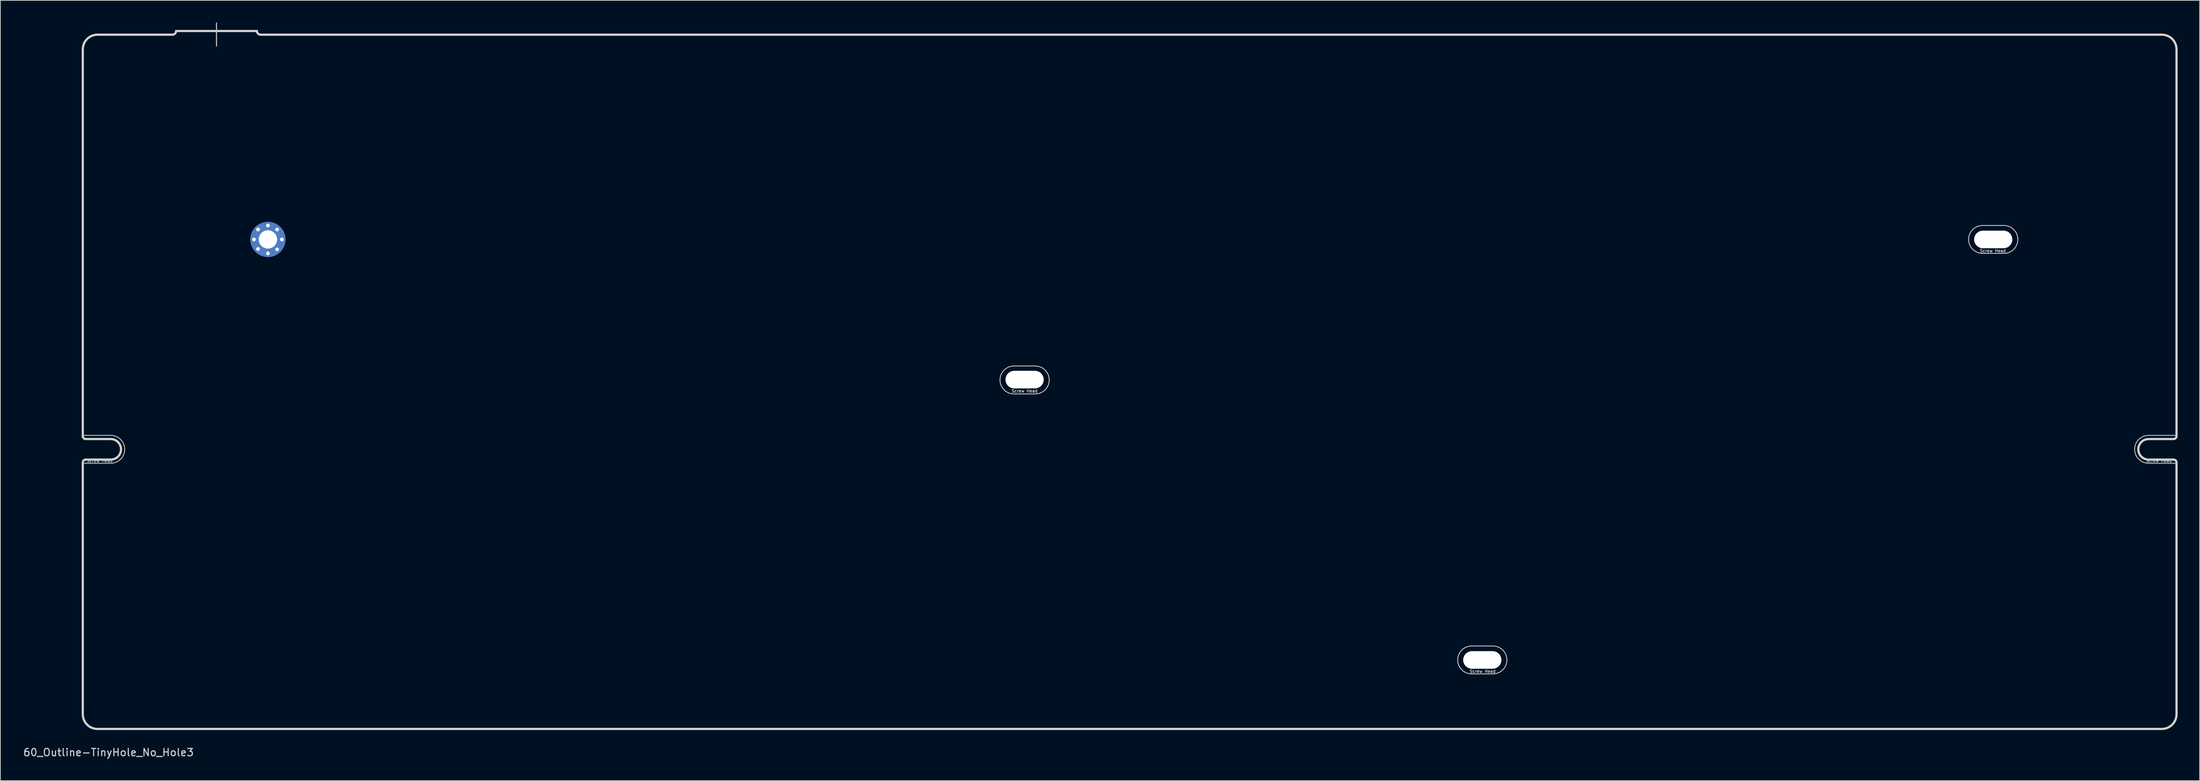
<source format=kicad_pcb>
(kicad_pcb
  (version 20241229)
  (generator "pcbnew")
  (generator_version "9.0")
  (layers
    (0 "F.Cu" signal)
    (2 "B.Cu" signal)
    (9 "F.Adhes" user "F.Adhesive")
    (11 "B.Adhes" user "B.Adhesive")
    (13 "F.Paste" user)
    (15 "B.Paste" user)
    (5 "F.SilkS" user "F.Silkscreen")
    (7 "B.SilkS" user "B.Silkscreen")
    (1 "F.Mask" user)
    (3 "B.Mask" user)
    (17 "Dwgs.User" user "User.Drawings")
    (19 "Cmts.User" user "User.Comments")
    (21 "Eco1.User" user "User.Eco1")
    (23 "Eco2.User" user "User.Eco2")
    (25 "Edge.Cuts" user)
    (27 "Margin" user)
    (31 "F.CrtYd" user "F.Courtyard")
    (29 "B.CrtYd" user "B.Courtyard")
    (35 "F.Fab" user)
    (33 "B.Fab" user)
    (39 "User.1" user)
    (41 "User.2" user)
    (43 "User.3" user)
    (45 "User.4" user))
  (footprint "60_Outline-TinyHole_No_Hole3"
    (layer "F.Cu")
    (at 150.72 48.975)
    (property "Reference" "60_Outline-TinyHole_No_Hole3" (at -139 50.5 0) (layer "Edge.Cuts") (effects (font (size 1 1) (thickness 0.15))))
    (attr through_hole)
    (fp_line (start -142.5 7.3) (end -138.7 7.3) (stroke (width 0.12) (type solid)) (layer "Dwgs.User"))
    (fp_line (start -142.5 11.1) (end -138.7 11.1) (stroke (width 0.12) (type solid)) (layer "Dwgs.User"))
    (fp_line (start -124.3 -48.9) (end -124.3 -45.75) (stroke (width 0.15) (type solid)) (layer "Dwgs.User"))
    (fp_line (start -15.75 -2.15) (end -12.85 -2.15) (stroke (width 0.12) (type solid)) (layer "Dwgs.User"))
    (fp_line (start -15.75 1.65) (end -12.85 1.65) (stroke (width 0.12) (type solid)) (layer "Dwgs.User"))
    (fp_line (start 46.55 36) (end 49.45 36) (stroke (width 0.12) (type solid)) (layer "Dwgs.User"))
    (fp_line (start 46.55 39.8) (end 49.45 39.8) (stroke (width 0.12) (type solid)) (layer "Dwgs.User"))
    (fp_line (start 116.1 -21.3) (end 119 -21.3) (stroke (width 0.12) (type solid)) (layer "Dwgs.User"))
    (fp_line (start 116.1 -17.5) (end 119 -17.5) (stroke (width 0.12) (type solid)) (layer "Dwgs.User"))
    (fp_line (start 138.7 7.3) (end 142.5 7.3) (stroke (width 0.12) (type solid)) (layer "Dwgs.User"))
    (fp_line (start 138.7 11.1) (end 142.5 11.1) (stroke (width 0.12) (type solid)) (layer "Dwgs.User"))
    (fp_arc (start -138.7 7.3) (mid -137.356497 7.856497) (end -136.8 9.2) (stroke (width 0.12) (type solid)) (layer "Dwgs.User"))
    (fp_arc (start -136.8 9.2) (mid -137.356497 10.543503) (end -138.7 11.1) (stroke (width 0.12) (type solid)) (layer "Dwgs.User"))
    (fp_arc (start -17.65 -0.25) (mid -17.093503 -1.593503) (end -15.75 -2.15) (stroke (width 0.12) (type solid)) (layer "Dwgs.User"))
    (fp_arc (start -15.75 1.65) (mid -17.093503 1.093503) (end -17.65 -0.25) (stroke (width 0.12) (type solid)) (layer "Dwgs.User"))
    (fp_arc (start -12.85 -2.15) (mid -11.506497 -1.593503) (end -10.95 -0.25) (stroke (width 0.12) (type solid)) (layer "Dwgs.User"))
    (fp_arc (start -10.95 -0.25) (mid -11.506497 1.093503) (end -12.85 1.65) (stroke (width 0.12) (type solid)) (layer "Dwgs.User"))
    (fp_arc (start 44.65 37.9) (mid 45.206497 36.556497) (end 46.55 36) (stroke (width 0.12) (type solid)) (layer "Dwgs.User"))
    (fp_arc (start 46.55 39.8) (mid 45.206497 39.243503) (end 44.65 37.9) (stroke (width 0.12) (type solid)) (layer "Dwgs.User"))
    (fp_arc (start 49.45 36) (mid 50.793503 36.556497) (end 51.35 37.9) (stroke (width 0.12) (type solid)) (layer "Dwgs.User"))
    (fp_arc (start 51.35 37.9) (mid 50.793503 39.243503) (end 49.45 39.8) (stroke (width 0.12) (type solid)) (layer "Dwgs.User"))
    (fp_arc (start 114.2 -19.4) (mid 114.756497 -20.743503) (end 116.1 -21.3) (stroke (width 0.12) (type solid)) (layer "Dwgs.User"))
    (fp_arc (start 116.1 -17.5) (mid 114.756497 -18.056497) (end 114.2 -19.4) (stroke (width 0.12) (type solid)) (layer "Dwgs.User"))
    (fp_arc (start 119 -21.3) (mid 120.343503 -20.743503) (end 120.9 -19.4) (stroke (width 0.12) (type solid)) (layer "Dwgs.User"))
    (fp_arc (start 120.9 -19.4) (mid 120.343503 -18.056497) (end 119 -17.5) (stroke (width 0.12) (type solid)) (layer "Dwgs.User"))
    (fp_arc (start 136.8 9.2) (mid 137.356497 7.856497) (end 138.7 7.3) (stroke (width 0.12) (type solid)) (layer "Dwgs.User"))
    (fp_arc (start 138.7 11.1) (mid 137.356497 10.543503) (end 136.8 9.2) (stroke (width 0.12) (type solid)) (layer "Dwgs.User"))
    (fp_line (start -142.5 7.4) (end -142.5 -45.3) (stroke (width 0.3) (type solid)) (layer "Edge.Cuts"))
    (fp_line (start -142.5 45.3) (end -142.5 11) (stroke (width 0.3) (type solid)) (layer "Edge.Cuts"))
    (fp_line (start -142.1 10.6) (end -138.7 10.6) (stroke (width 0.3) (type solid)) (layer "Edge.Cuts"))
    (fp_line (start -140.5 -47.3) (end -130.3 -47.3) (stroke (width 0.3) (type solid)) (layer "Edge.Cuts"))
    (fp_line (start -138.7 7.8) (end -142.1 7.8) (stroke (width 0.3) (type solid)) (layer "Edge.Cuts"))
    (fp_line (start -129.8 -47.8) (end -118.8 -47.8) (stroke (width 0.3) (type solid)) (layer "Edge.Cuts"))
    (fp_line (start 138.7 7.8) (end 142.1 7.8) (stroke (width 0.3) (type solid)) (layer "Edge.Cuts"))
    (fp_line (start 138.7 10.6) (end 142.1 10.6) (stroke (width 0.3) (type solid)) (layer "Edge.Cuts"))
    (fp_line (start 140.5 -47.3) (end -118.3 -47.3) (stroke (width 0.3) (type solid)) (layer "Edge.Cuts"))
    (fp_line (start 140.5 47.3) (end -140.5 47.3) (stroke (width 0.3) (type solid)) (layer "Edge.Cuts"))
    (fp_line (start 142.5 7.4) (end 142.5 -45.3) (stroke (width 0.3) (type solid)) (layer "Edge.Cuts"))
    (fp_line (start 142.5 11) (end 142.5 45.3) (stroke (width 0.3) (type solid)) (layer "Edge.Cuts"))
    (fp_arc (start -142.5 -45.3) (mid -141.914214 -46.714214) (end -140.5 -47.3) (stroke (width 0.3) (type solid)) (layer "Edge.Cuts"))
    (fp_arc (start -142.5 11) (mid -142.382843 10.717157) (end -142.1 10.6) (stroke (width 0.3) (type solid)) (layer "Edge.Cuts"))
    (fp_arc (start -142.1 7.8) (mid -142.382843 7.682843) (end -142.5 7.4) (stroke (width 0.3) (type solid)) (layer "Edge.Cuts"))
    (fp_arc (start -140.5 47.3) (mid -141.914214 46.714214) (end -142.5 45.3) (stroke (width 0.3) (type solid)) (layer "Edge.Cuts"))
    (fp_arc (start -138.7 7.8) (mid -137.710051 8.210051) (end -137.3 9.2) (stroke (width 0.3) (type solid)) (layer "Edge.Cuts"))
    (fp_arc (start -137.3 9.2) (mid -137.710051 10.189949) (end -138.7 10.6) (stroke (width 0.3) (type solid)) (layer "Edge.Cuts"))
    (fp_arc (start -129.8 -47.8) (mid -129.946447 -47.446447) (end -130.3 -47.3) (stroke (width 0.3) (type solid)) (layer "Edge.Cuts"))
    (fp_arc (start -118.3 -47.3) (mid -118.653553 -47.446447) (end -118.8 -47.8) (stroke (width 0.3) (type solid)) (layer "Edge.Cuts"))
    (fp_arc (start 137.3 9.2) (mid 137.710051 8.210051) (end 138.7 7.8) (stroke (width 0.3) (type solid)) (layer "Edge.Cuts"))
    (fp_arc (start 138.7 10.6) (mid 137.710051 10.189949) (end 137.3 9.2) (stroke (width 0.3) (type solid)) (layer "Edge.Cuts"))
    (fp_arc (start 140.5 -47.3) (mid 141.914214 -46.714214) (end 142.5 -45.3) (stroke (width 0.3) (type solid)) (layer "Edge.Cuts"))
    (fp_arc (start 142.1 10.6) (mid 142.382843 10.717157) (end 142.5 11) (stroke (width 0.3) (type solid)) (layer "Edge.Cuts"))
    (fp_arc (start 142.5 7.4) (mid 142.382843 7.682843) (end 142.1 7.8) (stroke (width 0.3) (type solid)) (layer "Edge.Cuts"))
    (fp_arc (start 142.5 45.3) (mid 141.914214 46.714214) (end 140.5 47.3) (stroke (width 0.3) (type solid)) (layer "Edge.Cuts"))
    (fp_text user "Screw Head" (at -14.3 1.25 0) (layer "Dwgs.User") (effects (font (size 0.4 0.4) (thickness 0.08))))
    (fp_text user "Screw Head" (at -140.2 10.75 0) (layer "Dwgs.User") (effects (font (size 0.4 0.4) (thickness 0.08))))
    (fp_text user "Screw Head" (at 48.05 39.45 0) (layer "Dwgs.User") (effects (font (size 0.4 0.4) (thickness 0.08))))
    (fp_text user "Screw Head" (at 117.5 -17.85 0) (layer "Dwgs.User") (effects (font (size 0.4 0.4) (thickness 0.08))))
    (fp_text user "Screw Head" (at 140.1 10.75 0) (layer "Dwgs.User") (effects (font (size 0.4 0.4) (thickness 0.08))))
    (pad "" np_thru_hole oval (at -14.3 -0.3) (size 5.2 2.4) (drill oval 5.2 2.4) (layers "*.Cu" "*.Mask"))
    (pad "" np_thru_hole oval (at 48 37.9) (size 5.2 2.4) (drill oval 5.2 2.4) (layers "*.Cu" "*.Mask"))
    (pad "" np_thru_hole oval (at 117.55 -19.4) (size 5.2 2.4) (drill oval 5.2 2.4) (layers "*.Cu" "*.Mask"))
    (pad "1" thru_hole circle (at -119.2 -19.4) (size 1 1) (drill 0.5) (layers "*.Cu" "*.Mask"))
    (pad "1" thru_hole circle (at -118.65 -20.75) (size 1 1) (drill 0.5) (layers "*.Cu" "*.Mask"))
    (pad "1" thru_hole circle (at -118.65 -18.1) (size 1 1) (drill 0.5) (layers "*.Cu" "*.Mask"))
    (pad "1" thru_hole circle (at -117.3 -21.3) (size 1 1) (drill 0.5) (layers "*.Cu" "*.Mask"))
    (pad "1" thru_hole circle (at -117.3 -19.4) (size 4.8 4.8) (drill 2.499) (layers "*.Cu" "*.Mask"))
    (pad "1" thru_hole circle (at -117.3 -17.5) (size 1 1) (drill 0.5) (layers "*.Cu" "*.Mask"))
    (pad "1" thru_hole circle (at -116.05 -20.75) (size 1 1) (drill 0.5) (layers "*.Cu" "*.Mask"))
    (pad "1" thru_hole circle (at -116.05 -18.05) (size 1 1) (drill 0.5) (layers "*.Cu" "*.Mask"))
    (pad "1" thru_hole circle (at -115.4 -19.4) (size 1 1) (drill 0.5) (layers "*.Cu" "*.Mask")))
  (gr_rect
    (start -3 -3)
    (end 296.37 103.323)
    (stroke (width 0.1) (type default))
    (fill no)
    (layer "Edge.Cuts")))
</source>
